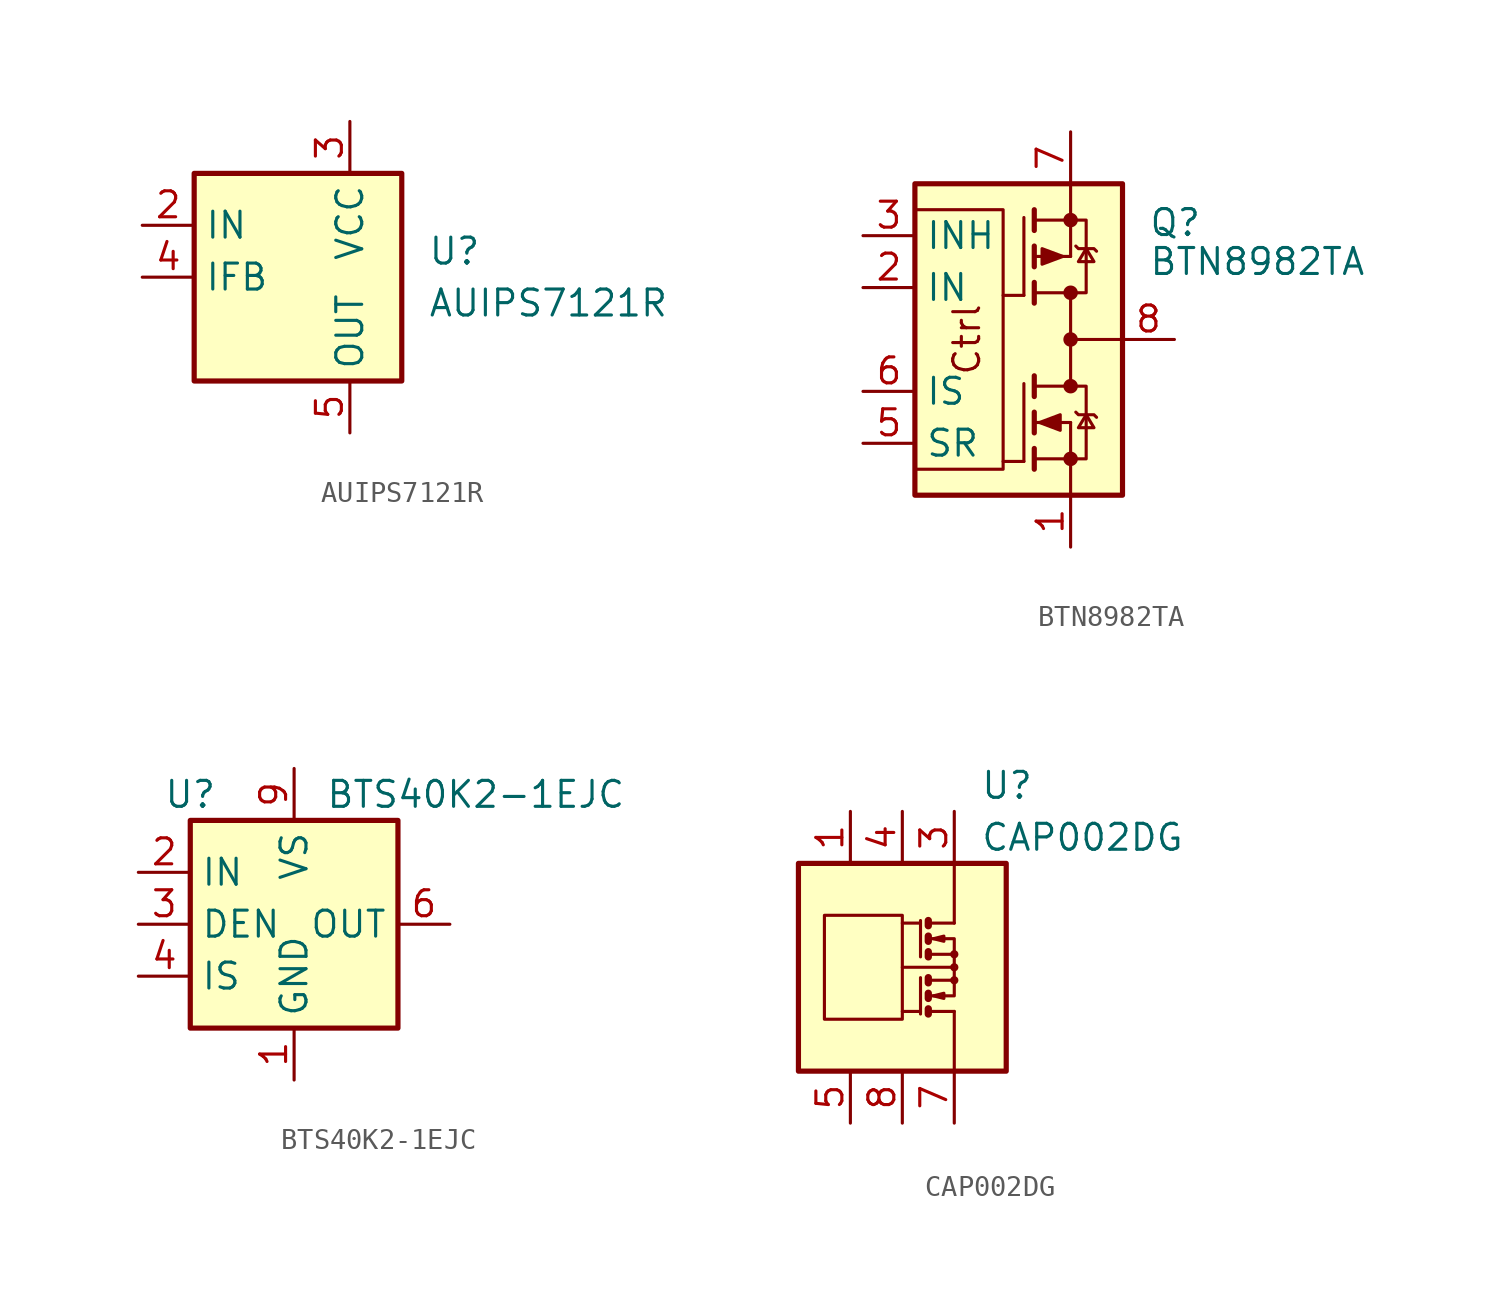
<source format=kicad_sym>
(kicad_symbol_lib
  (version 20200908)
  (generator kicad_symbol_editor)
  (symbol "Power_Management:AUIPS7121R"
    (property "Reference" "U"
      (at 3.81 1.27 0)
      (effects (font (size 1.27 1.27)) (justify left)))
    (property "Value" "AUIPS7121R"
      (at 3.81 -1.27 0)
      (effects (font (size 1.27 1.27)) (justify left)))
    (symbol "AUIPS7121R_0_1"
      (rectangle (start -7.62 5.08) (end 2.54 -5.08) (stroke (width 0.254)) (fill (type background))))
    (symbol "AUIPS7121R_1_1"
      (pin unconnected line (at -7.62 -2.54 0) (length 2.54) hide (name "NC" (effects (font (size 1.27 1.27)))) (number "1" (effects (font (size 1.27 1.27)))))
      (pin input line (at -10.16 2.54 0) (length 2.54) (name "IN" (effects (font (size 1.27 1.27)))) (number "2" (effects (font (size 1.27 1.27)))))
      (pin power_in line (at 0 7.62 270) (length 2.54) (name "VCC" (effects (font (size 1.27 1.27)))) (number "3" (effects (font (size 1.27 1.27)))))
      (pin output line (at -10.16 0 0) (length 2.54) (name "IFB" (effects (font (size 1.27 1.27)))) (number "4" (effects (font (size 1.27 1.27)))))
      (pin power_out line (at 0 -7.62 90) (length 2.54) (name "OUT" (effects (font (size 1.27 1.27)))) (number "5" (effects (font (size 1.27 1.27)))))))
  (symbol "Power_Management:BTN8982TA"
    (property "Reference" "Q"
      (at 6.35 5.715 0)
      (effects (font (size 1.27 1.27)) (justify left)))
    (property "Value" "BTN8982TA"
      (at 6.35 3.81 0)
      (effects (font (size 1.27 1.27)) (justify left)))
    (symbol "BTN8982TA_1_1"
      (circle (center 2.54 -5.842) (radius 0.279) (stroke (width 0)) (fill (type outline)))
      (circle (center 2.54 -2.286) (radius 0.279) (stroke (width 0)) (fill (type outline)))
      (circle (center 2.54 0) (radius 0.279) (stroke (width 0)) (fill (type outline)))
      (circle (center 2.54 2.286) (radius 0.279) (stroke (width 0)) (fill (type outline)))
      (circle (center 2.54 5.842) (radius 0.279) (stroke (width 0)) (fill (type outline)))
      (polyline (pts (xy 0.762 -5.842) (xy 2.54 -5.842)) (stroke (width 0)) (fill (type none)))
      (polyline (pts (xy 0.762 -5.334) (xy 0.762 -6.35)) (stroke (width 0.254)) (fill (type none)))
      (polyline (pts (xy 0.762 -4.064) (xy 2.54 -4.064)) (stroke (width 0)) (fill (type none)))
      (polyline (pts (xy 0.762 -3.556) (xy 0.762 -4.572)) (stroke (width 0.254)) (fill (type none)))
      (polyline (pts (xy 0.762 -2.286) (xy 2.54 -2.286)) (stroke (width 0)) (fill (type none)))
      (polyline (pts (xy 0.762 -1.778) (xy 0.762 -2.794)) (stroke (width 0.254)) (fill (type none)))
      (polyline (pts (xy 0.762 2.286) (xy 2.54 2.286)) (stroke (width 0)) (fill (type none)))
      (polyline (pts (xy 0.762 2.794) (xy 0.762 1.778)) (stroke (width 0.254)) (fill (type none)))
      (polyline (pts (xy 0.762 4.064) (xy 2.54 4.064)) (stroke (width 0)) (fill (type none)))
      (polyline (pts (xy 0.762 4.572) (xy 0.762 3.556)) (stroke (width 0.254)) (fill (type none)))
      (polyline (pts (xy 0.762 5.842) (xy 2.54 5.842)) (stroke (width 0)) (fill (type none)))
      (polyline (pts (xy 0.762 6.35) (xy 0.762 5.334)) (stroke (width 0.254)) (fill (type none)))
      (polyline (pts (xy 2.54 -5.842) (xy 2.54 -4.064)) (stroke (width 0)) (fill (type none)))
      (polyline (pts (xy 2.54 4.064) (xy 2.54 5.842)) (stroke (width 0)) (fill (type none)))
      (polyline (pts (xy 2.54 7.62) (xy 2.54 5.842)) (stroke (width 0)) (fill (type none)))
      (polyline (pts (xy 0.254 -2.159) (xy 0.254 -5.969) (xy 0.254 -5.969)) (stroke (width 0)) (fill (type none)))
      (polyline (pts (xy 0.254 5.969) (xy 0.254 2.159) (xy 0.254 2.159)) (stroke (width 0)) (fill (type none)))
      (polyline (pts (xy 1.016 -4.064) (xy 2.032 -3.683) (xy 2.032 -4.445) (xy 1.016 -4.064)) (stroke (width 0)) (fill (type outline)))
      (polyline (pts (xy 2.159 4.064) (xy 1.143 3.683) (xy 1.143 4.445) (xy 2.159 4.064)) (stroke (width 0)) (fill (type outline)))
      (polyline (pts (xy 2.54 -5.842) (xy 3.302 -5.842) (xy 3.302 -2.286) (xy 2.54 -2.286)) (stroke (width 0)) (fill (type none)))
      (polyline (pts (xy 2.54 2.286) (xy 3.302 2.286) (xy 3.302 5.842) (xy 2.54 5.842)) (stroke (width 0)) (fill (type none)))
      (polyline (pts (xy 2.794 -3.556) (xy 2.921 -3.683) (xy 3.683 -3.683) (xy 3.81 -3.81)) (stroke (width 0)) (fill (type none)))
      (polyline (pts (xy 2.794 4.572) (xy 2.921 4.445) (xy 3.683 4.445) (xy 3.81 4.318)) (stroke (width 0)) (fill (type none)))
      (polyline (pts (xy 3.302 -3.683) (xy 2.921 -4.318) (xy 3.683 -4.318) (xy 3.302 -3.683)) (stroke (width 0)) (fill (type none)))
      (polyline (pts (xy 3.302 4.445) (xy 2.921 3.81) (xy 3.683 3.81) (xy 3.302 4.445)) (stroke (width 0)) (fill (type none)))
      (pin power_in line (at 2.54 -10.16 90) (length 2.54) (name "~" (effects (font (size 1.27 1.27)))) (number "1" (effects (font (size 1.27 1.27)))))
      (pin input line (at -7.62 2.54 0) (length 2.54) (name "IN" (effects (font (size 1.27 1.27)))) (number "2" (effects (font (size 1.27 1.27)))))
      (pin input line (at -7.62 5.08 0) (length 2.54) (name "INH" (effects (font (size 1.27 1.27)))) (number "3" (effects (font (size 1.27 1.27)))))
      (pin passive line (at 7.62 0 180) (length 2.54) hide (name "~" (effects (font (size 1.27 1.27)))) (number "4" (effects (font (size 1.27 1.27)))))
      (pin input line (at -7.62 -5.08 0) (length 2.54) (name "SR" (effects (font (size 1.27 1.27)))) (number "5" (effects (font (size 1.27 1.27)))))
      (pin output line (at -7.62 -2.54 0) (length 2.54) (name "IS" (effects (font (size 1.27 1.27)))) (number "6" (effects (font (size 1.27 1.27)))))
      (pin power_in line (at 2.54 10.16 270) (length 2.54) (name "~" (effects (font (size 1.27 1.27)))) (number "7" (effects (font (size 1.27 1.27)))))
      (pin passive line (at 7.62 0 180) (length 2.54) (name "~" (effects (font (size 1.27 1.27)))) (number "8" (effects (font (size 1.27 1.27))))))
    (symbol "BTN8982TA_1_0"
      (text "Ctrl" (at -2.54 0 900) (effects (font (size 1.27 1.27)))))
    (symbol "BTN8982TA_0_1"
      (rectangle (start -5.08 7.62) (end 5.08 -7.62) (stroke (width 0.254)) (fill (type background)))
      (polyline (pts (xy 0.254 -5.969) (xy -0.762 -5.969)) (stroke (width 0)) (fill (type none)))
      (polyline (pts (xy 0.254 2.159) (xy -0.762 2.159)) (stroke (width 0)) (fill (type none)))
      (polyline (pts (xy 2.54 0) (xy 5.08 0)) (stroke (width 0)) (fill (type none)))
      (polyline (pts (xy 2.54 2.286) (xy 2.54 -2.286)) (stroke (width 0)) (fill (type none)))
      (polyline (pts (xy 2.54 -5.842) (xy 2.54 -7.62) (xy 2.54 -6.858)) (stroke (width 0)) (fill (type none)))
      (polyline (pts (xy -5.08 6.35) (xy -0.762 6.35) (xy -0.762 -6.35) (xy -5.08 -6.35)) (stroke (width 0)) (fill (type none)))))
  (symbol "Power_Management:BTS40K2-1EJC"
    (property "Reference" "U"
      (at -5.08 6.35 0)
      (effects (font (size 1.27 1.27))))
    (property "Value" "BTS40K2-1EJC"
      (at 8.89 6.35 0)
      (effects (font (size 1.27 1.27))))
    (symbol "BTS40K2-1EJC_0_1"
      (rectangle (start -5.08 5.08) (end 5.08 -5.08) (stroke (width 0.254)) (fill (type background))))
    (symbol "BTS40K2-1EJC_1_1"
      (pin power_in line (at 0 -7.62 90) (length 2.54) (name "GND" (effects (font (size 1.27 1.27)))) (number "1" (effects (font (size 1.27 1.27)))))
      (pin input line (at -7.62 2.54 0) (length 2.54) (name "IN" (effects (font (size 1.27 1.27)))) (number "2" (effects (font (size 1.27 1.27)))))
      (pin input line (at -7.62 0 0) (length 2.54) (name "DEN" (effects (font (size 1.27 1.27)))) (number "3" (effects (font (size 1.27 1.27)))))
      (pin output line (at -7.62 -2.54 0) (length 2.54) (name "IS" (effects (font (size 1.27 1.27)))) (number "4" (effects (font (size 1.27 1.27)))))
      (pin unconnected line (at 5.08 2.54 180) (length 2.54) hide (name "NC" (effects (font (size 1.27 1.27)))) (number "5" (effects (font (size 1.27 1.27)))))
      (pin power_out line (at 7.62 0 180) (length 2.54) (name "OUT" (effects (font (size 1.27 1.27)))) (number "6" (effects (font (size 1.27 1.27)))))
      (pin passive line (at 7.62 0 180) (length 2.54) hide (name "OUT" (effects (font (size 1.27 1.27)))) (number "7" (effects (font (size 1.27 1.27)))))
      (pin passive line (at 7.62 0 180) (length 2.54) hide (name "OUT" (effects (font (size 1.27 1.27)))) (number "8" (effects (font (size 1.27 1.27)))))
      (pin power_in line (at 0 7.62 270) (length 2.54) (name "VS" (effects (font (size 1.27 1.27)))) (number "9" (effects (font (size 1.27 1.27)))))))
  (symbol "Power_Management:CAP002DG"
    (pin_names
      (offset 1.27))
    (property "Reference" "U"
      (at 3.81 8.89 0)
      (effects (font (size 1.27 1.27)) (justify left)))
    (property "Value" "CAP002DG"
      (at 3.81 6.35 0)
      (effects (font (size 1.27 1.27)) (justify left)))
    (symbol "CAP002DG_0_1"
      (circle (center 2.54 -0.635) (radius 0.127) (stroke (width 0)) (fill (type none)))
      (circle (center 2.54 0) (radius 0.127) (stroke (width 0)) (fill (type none)))
      (circle (center 2.54 0.635) (radius 0.127) (stroke (width 0)) (fill (type none)))
      (rectangle (start -5.08 5.08) (end 5.08 -5.08) (stroke (width 0.254)) (fill (type background)))
      (rectangle (start -3.81 2.54) (end 0 -2.54) (stroke (width 0)) (fill (type none)))
      (polyline (pts (xy 0.889 -2.159) (xy 0 -2.159)) (stroke (width 0)) (fill (type none)))
      (polyline (pts (xy 0.889 -0.508) (xy 0.889 -2.286)) (stroke (width 0)) (fill (type none)))
      (polyline (pts (xy 0.889 2.159) (xy 0 2.159)) (stroke (width 0)) (fill (type none)))
      (polyline (pts (xy 0.889 2.286) (xy 0.889 0.508)) (stroke (width 0)) (fill (type none)))
      (polyline (pts (xy 1.27 -2.159) (xy 2.54 -2.159)) (stroke (width 0)) (fill (type none)))
      (polyline (pts (xy 1.27 2.159) (xy 2.54 2.159)) (stroke (width 0)) (fill (type none)))
      (polyline (pts (xy 2.413 0) (xy 0 0)) (stroke (width 0)) (fill (type none)))
      (polyline (pts (xy 2.54 -2.159) (xy 2.54 -5.08)) (stroke (width 0)) (fill (type none)))
      (polyline (pts (xy 1.27 -2.032) (xy 1.27 -2.286) (xy 1.27 -2.286)) (stroke (width 0.356)) (fill (type none)))
      (polyline (pts (xy 1.27 -1.27) (xy 1.27 -1.524) (xy 1.27 -1.524)) (stroke (width 0.356)) (fill (type none)))
      (polyline (pts (xy 1.27 0.762) (xy 1.27 0.508) (xy 1.27 0.508)) (stroke (width 0.356)) (fill (type none)))
      (polyline (pts (xy 1.27 1.524) (xy 1.27 1.27) (xy 1.27 1.27)) (stroke (width 0.356)) (fill (type none)))
      (polyline (pts (xy 1.27 2.286) (xy 1.27 2.032) (xy 1.27 2.032)) (stroke (width 0.356)) (fill (type none)))
      (polyline (pts (xy 1.397 -1.397) (xy 2.54 -1.397) (xy 2.54 -0.635)) (stroke (width 0)) (fill (type none)))
      (polyline (pts (xy 1.397 1.397) (xy 2.54 1.397) (xy 2.54 0.635)) (stroke (width 0)) (fill (type none)))
      (polyline (pts (xy 2.54 2.159) (xy 2.54 5.08) (xy 2.54 3.175)) (stroke (width 0)) (fill (type none)))
      (polyline (pts (xy 1.397 -0.635) (xy 2.54 -0.635) (xy 2.54 0.635) (xy 1.397 0.635)) (stroke (width 0)) (fill (type none)))
      (polyline (pts (xy 1.524 -1.397) (xy 2.032 -1.27) (xy 2.032 -1.524) (xy 1.524 -1.397)) (stroke (width 0)) (fill (type none)))
      (polyline (pts (xy 1.524 1.397) (xy 2.032 1.524) (xy 2.032 1.27) (xy 1.524 1.397)) (stroke (width 0)) (fill (type none))))
    (symbol "CAP002DG_1_1"
      (polyline (pts (xy 1.27 -0.508) (xy 1.27 -0.762)) (stroke (width 0.356)) (fill (type none)))
      (pin passive line (at -2.54 7.62 270) (length 2.54) (name "~" (effects (font (size 1.27 1.27)))) (number "1" (effects (font (size 1.27 1.27)))))
      (pin passive line (at 2.54 7.62 270) (length 2.54) hide (name "~" (effects (font (size 1.27 1.27)))) (number "2" (effects (font (size 1.27 1.27)))))
      (pin passive line (at 2.54 7.62 270) (length 2.54) (name "~" (effects (font (size 1.27 1.27)))) (number "3" (effects (font (size 1.27 1.27)))))
      (pin passive line (at 0 7.62 270) (length 2.54) (name "~" (effects (font (size 1.27 1.27)))) (number "4" (effects (font (size 1.27 1.27)))))
      (pin passive line (at -2.54 -7.62 90) (length 2.54) (name "~" (effects (font (size 1.27 1.27)))) (number "5" (effects (font (size 1.27 1.27)))))
      (pin passive line (at 2.54 -7.62 90) (length 2.54) hide (name "~" (effects (font (size 1.27 1.27)))) (number "6" (effects (font (size 1.27 1.27)))))
      (pin passive line (at 2.54 -7.62 90) (length 2.54) (name "~" (effects (font (size 1.27 1.27)))) (number "7" (effects (font (size 1.27 1.27)))))
      (pin passive line (at 0 -7.62 90) (length 2.54) (name "~" (effects (font (size 1.27 1.27)))) (number "8" (effects (font (size 1.27 1.27))))))))
</source>
